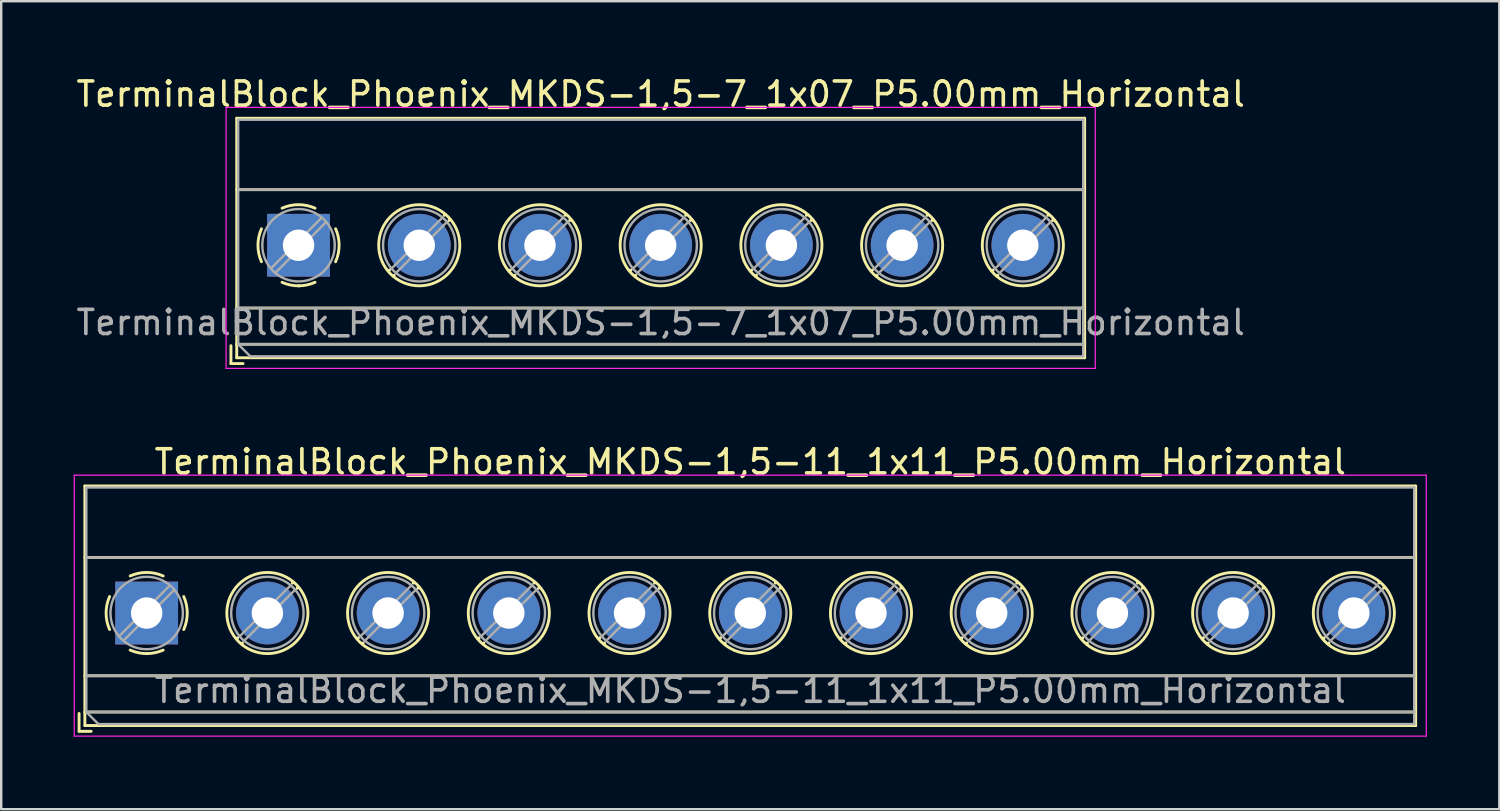
<source format=kicad_pcb>
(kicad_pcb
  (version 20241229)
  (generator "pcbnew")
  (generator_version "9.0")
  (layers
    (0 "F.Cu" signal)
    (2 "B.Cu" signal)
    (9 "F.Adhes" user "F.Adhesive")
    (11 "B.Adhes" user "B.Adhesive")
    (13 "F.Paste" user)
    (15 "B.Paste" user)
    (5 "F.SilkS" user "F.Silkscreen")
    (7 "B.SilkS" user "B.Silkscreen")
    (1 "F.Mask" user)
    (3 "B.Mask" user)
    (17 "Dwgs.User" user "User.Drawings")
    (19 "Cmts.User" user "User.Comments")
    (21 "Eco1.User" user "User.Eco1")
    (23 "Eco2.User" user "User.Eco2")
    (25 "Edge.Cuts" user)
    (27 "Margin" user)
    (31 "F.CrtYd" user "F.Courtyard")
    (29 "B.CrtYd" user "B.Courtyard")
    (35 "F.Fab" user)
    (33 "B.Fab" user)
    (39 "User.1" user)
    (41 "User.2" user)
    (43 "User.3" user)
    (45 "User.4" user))
  (footprint "TerminalBlock_Phoenix_MKDS-1,5-7_1x07_P5.00mm_Horizontal"
    (layer "F.Cu")
    (at 9.315 7.108)
    (property "Reference" "TerminalBlock_Phoenix_MKDS-1,5-7_1x07_P5.00mm_Horizontal" (at 15 -6.26 0) (layer "F.SilkS") (effects (font (size 1 1) (thickness 0.15))))
    (attr through_hole)
    (fp_line (start -2.8 4.16) (end -2.8 4.9) (stroke (width 0.12) (type solid)) (layer "F.SilkS"))
    (fp_line (start -2.8 4.9) (end -2.3 4.9) (stroke (width 0.12) (type solid)) (layer "F.SilkS"))
    (fp_line (start -2.56 -5.261) (end -2.56 4.66) (stroke (width 0.12) (type solid)) (layer "F.SilkS"))
    (fp_line (start -2.56 -5.261) (end 32.56 -5.261) (stroke (width 0.12) (type solid)) (layer "F.SilkS"))
    (fp_line (start -2.56 -2.301) (end 32.56 -2.301) (stroke (width 0.12) (type solid)) (layer "F.SilkS"))
    (fp_line (start -2.56 2.6) (end 32.56 2.6) (stroke (width 0.12) (type solid)) (layer "F.SilkS"))
    (fp_line (start -2.56 4.1) (end 32.56 4.1) (stroke (width 0.12) (type solid)) (layer "F.SilkS"))
    (fp_line (start -2.56 4.66) (end 32.56 4.66) (stroke (width 0.12) (type solid)) (layer "F.SilkS"))
    (fp_line (start 3.773 1.023) (end 3.726 1.069) (stroke (width 0.12) (type solid)) (layer "F.SilkS"))
    (fp_line (start 3.966 1.239) (end 3.931 1.274) (stroke (width 0.12) (type solid)) (layer "F.SilkS"))
    (fp_line (start 6.07 -1.275) (end 6.035 -1.239) (stroke (width 0.12) (type solid)) (layer "F.SilkS"))
    (fp_line (start 6.275 -1.069) (end 6.228 -1.023) (stroke (width 0.12) (type solid)) (layer "F.SilkS"))
    (fp_line (start 8.773 1.023) (end 8.726 1.069) (stroke (width 0.12) (type solid)) (layer "F.SilkS"))
    (fp_line (start 8.966 1.239) (end 8.931 1.274) (stroke (width 0.12) (type solid)) (layer "F.SilkS"))
    (fp_line (start 11.07 -1.275) (end 11.035 -1.239) (stroke (width 0.12) (type solid)) (layer "F.SilkS"))
    (fp_line (start 11.275 -1.069) (end 11.228 -1.023) (stroke (width 0.12) (type solid)) (layer "F.SilkS"))
    (fp_line (start 13.773 1.023) (end 13.726 1.069) (stroke (width 0.12) (type solid)) (layer "F.SilkS"))
    (fp_line (start 13.966 1.239) (end 13.931 1.274) (stroke (width 0.12) (type solid)) (layer "F.SilkS"))
    (fp_line (start 16.07 -1.275) (end 16.035 -1.239) (stroke (width 0.12) (type solid)) (layer "F.SilkS"))
    (fp_line (start 16.275 -1.069) (end 16.228 -1.023) (stroke (width 0.12) (type solid)) (layer "F.SilkS"))
    (fp_line (start 18.773 1.023) (end 18.726 1.069) (stroke (width 0.12) (type solid)) (layer "F.SilkS"))
    (fp_line (start 18.966 1.239) (end 18.931 1.274) (stroke (width 0.12) (type solid)) (layer "F.SilkS"))
    (fp_line (start 21.07 -1.275) (end 21.035 -1.239) (stroke (width 0.12) (type solid)) (layer "F.SilkS"))
    (fp_line (start 21.275 -1.069) (end 21.228 -1.023) (stroke (width 0.12) (type solid)) (layer "F.SilkS"))
    (fp_line (start 23.773 1.023) (end 23.726 1.069) (stroke (width 0.12) (type solid)) (layer "F.SilkS"))
    (fp_line (start 23.966 1.239) (end 23.931 1.274) (stroke (width 0.12) (type solid)) (layer "F.SilkS"))
    (fp_line (start 26.07 -1.275) (end 26.035 -1.239) (stroke (width 0.12) (type solid)) (layer "F.SilkS"))
    (fp_line (start 26.275 -1.069) (end 26.228 -1.023) (stroke (width 0.12) (type solid)) (layer "F.SilkS"))
    (fp_line (start 28.773 1.023) (end 28.726 1.069) (stroke (width 0.12) (type solid)) (layer "F.SilkS"))
    (fp_line (start 28.966 1.239) (end 28.931 1.274) (stroke (width 0.12) (type solid)) (layer "F.SilkS"))
    (fp_line (start 31.07 -1.275) (end 31.035 -1.239) (stroke (width 0.12) (type solid)) (layer "F.SilkS"))
    (fp_line (start 31.275 -1.069) (end 31.228 -1.023) (stroke (width 0.12) (type solid)) (layer "F.SilkS"))
    (fp_line (start 32.56 -5.261) (end 32.56 4.66) (stroke (width 0.12) (type solid)) (layer "F.SilkS"))
    (fp_arc (start -1.535427 0.683042) (mid -1.680501 -0.000524) (end -1.535 -0.684) (stroke (width 0.12) (type solid)) (layer "F.SilkS"))
    (fp_arc (start -0.683042 -1.535427) (mid 0.000524 -1.680501) (end 0.684 -1.535) (stroke (width 0.12) (type solid)) (layer "F.SilkS"))
    (fp_arc (start 0.028805 1.680253) (mid -0.335551 1.646659) (end -0.684 1.535) (stroke (width 0.12) (type solid)) (layer "F.SilkS"))
    (fp_arc (start 0.683318 1.534756) (mid 0.349292 1.643288) (end 0 1.68) (stroke (width 0.12) (type solid)) (layer "F.SilkS"))
    (fp_arc (start 1.535427 -0.683042) (mid 1.680501 0.000524) (end 1.535 0.684) (stroke (width 0.12) (type solid)) (layer "F.SilkS"))
    (fp_circle (center 5 0) (end 6.68 0) (stroke (width 0.12) (type solid)) (fill no) (layer "F.SilkS"))
    (fp_circle (center 10 0) (end 11.68 0) (stroke (width 0.12) (type solid)) (fill no) (layer "F.SilkS"))
    (fp_circle (center 15 0) (end 16.68 0) (stroke (width 0.12) (type solid)) (fill no) (layer "F.SilkS"))
    (fp_circle (center 20 0) (end 21.68 0) (stroke (width 0.12) (type solid)) (fill no) (layer "F.SilkS"))
    (fp_circle (center 25 0) (end 26.68 0) (stroke (width 0.12) (type solid)) (fill no) (layer "F.SilkS"))
    (fp_circle (center 30 0) (end 31.68 0) (stroke (width 0.12) (type solid)) (fill no) (layer "F.SilkS"))
    (fp_line (start -3 -5.71) (end -3 5.1) (stroke (width 0.05) (type solid)) (layer "F.CrtYd"))
    (fp_line (start -3 5.1) (end 33 5.1) (stroke (width 0.05) (type solid)) (layer "F.CrtYd"))
    (fp_line (start 33 -5.71) (end -3 -5.71) (stroke (width 0.05) (type solid)) (layer "F.CrtYd"))
    (fp_line (start 33 5.1) (end 33 -5.71) (stroke (width 0.05) (type solid)) (layer "F.CrtYd"))
    (fp_line (start -2.5 -5.2) (end 32.5 -5.2) (stroke (width 0.1) (type solid)) (layer "F.Fab"))
    (fp_line (start -2.5 -2.3) (end 32.5 -2.3) (stroke (width 0.1) (type solid)) (layer "F.Fab"))
    (fp_line (start -2.5 2.6) (end 32.5 2.6) (stroke (width 0.1) (type solid)) (layer "F.Fab"))
    (fp_line (start -2.5 4.1) (end -2.5 -5.2) (stroke (width 0.1) (type solid)) (layer "F.Fab"))
    (fp_line (start -2.5 4.1) (end 32.5 4.1) (stroke (width 0.1) (type solid)) (layer "F.Fab"))
    (fp_line (start -2 4.6) (end -2.5 4.1) (stroke (width 0.1) (type solid)) (layer "F.Fab"))
    (fp_line (start 0.955 -1.138) (end -1.138 0.955) (stroke (width 0.1) (type solid)) (layer "F.Fab"))
    (fp_line (start 1.138 -0.955) (end -0.955 1.138) (stroke (width 0.1) (type solid)) (layer "F.Fab"))
    (fp_line (start 5.955 -1.138) (end 3.863 0.955) (stroke (width 0.1) (type solid)) (layer "F.Fab"))
    (fp_line (start 6.138 -0.955) (end 4.046 1.138) (stroke (width 0.1) (type solid)) (layer "F.Fab"))
    (fp_line (start 10.955 -1.138) (end 8.863 0.955) (stroke (width 0.1) (type solid)) (layer "F.Fab"))
    (fp_line (start 11.138 -0.955) (end 9.046 1.138) (stroke (width 0.1) (type solid)) (layer "F.Fab"))
    (fp_line (start 15.955 -1.138) (end 13.863 0.955) (stroke (width 0.1) (type solid)) (layer "F.Fab"))
    (fp_line (start 16.138 -0.955) (end 14.046 1.138) (stroke (width 0.1) (type solid)) (layer "F.Fab"))
    (fp_line (start 20.955 -1.138) (end 18.863 0.955) (stroke (width 0.1) (type solid)) (layer "F.Fab"))
    (fp_line (start 21.138 -0.955) (end 19.046 1.138) (stroke (width 0.1) (type solid)) (layer "F.Fab"))
    (fp_line (start 25.955 -1.138) (end 23.863 0.955) (stroke (width 0.1) (type solid)) (layer "F.Fab"))
    (fp_line (start 26.138 -0.955) (end 24.046 1.138) (stroke (width 0.1) (type solid)) (layer "F.Fab"))
    (fp_line (start 30.955 -1.138) (end 28.863 0.955) (stroke (width 0.1) (type solid)) (layer "F.Fab"))
    (fp_line (start 31.138 -0.955) (end 29.046 1.138) (stroke (width 0.1) (type solid)) (layer "F.Fab"))
    (fp_line (start 32.5 -5.2) (end 32.5 4.6) (stroke (width 0.1) (type solid)) (layer "F.Fab"))
    (fp_line (start 32.5 4.6) (end -2 4.6) (stroke (width 0.1) (type solid)) (layer "F.Fab"))
    (fp_circle (center 0 0) (end 1.5 0) (stroke (width 0.1) (type solid)) (fill no) (layer "F.Fab"))
    (fp_circle (center 5 0) (end 6.5 0) (stroke (width 0.1) (type solid)) (fill no) (layer "F.Fab"))
    (fp_circle (center 10 0) (end 11.5 0) (stroke (width 0.1) (type solid)) (fill no) (layer "F.Fab"))
    (fp_circle (center 15 0) (end 16.5 0) (stroke (width 0.1) (type solid)) (fill no) (layer "F.Fab"))
    (fp_circle (center 20 0) (end 21.5 0) (stroke (width 0.1) (type solid)) (fill no) (layer "F.Fab"))
    (fp_circle (center 25 0) (end 26.5 0) (stroke (width 0.1) (type solid)) (fill no) (layer "F.Fab"))
    (fp_circle (center 30 0) (end 31.5 0) (stroke (width 0.1) (type solid)) (fill no) (layer "F.Fab"))
    (fp_text user "${REFERENCE}" (at 15 3.2 0) (layer "F.Fab") (effects (font (size 1 1) (thickness 0.15))))
    (pad "1" thru_hole rect (at 0 0) (size 2.6 2.6) (drill 1.3) (layers "*.Cu" "*.Mask"))
    (pad "2" thru_hole circle (at 5 0) (size 2.6 2.6) (drill 1.3) (layers "*.Cu" "*.Mask"))
    (pad "3" thru_hole circle (at 10 0) (size 2.6 2.6) (drill 1.3) (layers "*.Cu" "*.Mask"))
    (pad "4" thru_hole circle (at 15 0) (size 2.6 2.6) (drill 1.3) (layers "*.Cu" "*.Mask"))
    (pad "5" thru_hole circle (at 20 0) (size 2.6 2.6) (drill 1.3) (layers "*.Cu" "*.Mask"))
    (pad "6" thru_hole circle (at 25 0) (size 2.6 2.6) (drill 1.3) (layers "*.Cu" "*.Mask"))
    (pad "7" thru_hole circle (at 30 0) (size 2.6 2.6) (drill 1.3) (layers "*.Cu" "*.Mask")))
  (footprint "TerminalBlock_Phoenix_MKDS-1,5-11_1x11_P5.00mm_Horizontal"
    (layer "F.Cu")
    (at 3.025 22.341)
    (property "Reference" "TerminalBlock_Phoenix_MKDS-1,5-11_1x11_P5.00mm_Horizontal" (at 25 -6.26 0) (layer "F.SilkS") (effects (font (size 1 1) (thickness 0.15))))
    (attr through_hole)
    (fp_line (start -2.8 4.16) (end -2.8 4.9) (stroke (width 0.12) (type solid)) (layer "F.SilkS"))
    (fp_line (start -2.8 4.9) (end -2.3 4.9) (stroke (width 0.12) (type solid)) (layer "F.SilkS"))
    (fp_line (start -2.56 -5.261) (end -2.56 4.66) (stroke (width 0.12) (type solid)) (layer "F.SilkS"))
    (fp_line (start -2.56 -5.261) (end 52.56 -5.261) (stroke (width 0.12) (type solid)) (layer "F.SilkS"))
    (fp_line (start -2.56 -2.301) (end 52.56 -2.301) (stroke (width 0.12) (type solid)) (layer "F.SilkS"))
    (fp_line (start -2.56 2.6) (end 52.56 2.6) (stroke (width 0.12) (type solid)) (layer "F.SilkS"))
    (fp_line (start -2.56 4.1) (end 52.56 4.1) (stroke (width 0.12) (type solid)) (layer "F.SilkS"))
    (fp_line (start -2.56 4.66) (end 52.56 4.66) (stroke (width 0.12) (type solid)) (layer "F.SilkS"))
    (fp_line (start 3.773 1.023) (end 3.726 1.069) (stroke (width 0.12) (type solid)) (layer "F.SilkS"))
    (fp_line (start 3.966 1.239) (end 3.931 1.274) (stroke (width 0.12) (type solid)) (layer "F.SilkS"))
    (fp_line (start 6.07 -1.275) (end 6.035 -1.239) (stroke (width 0.12) (type solid)) (layer "F.SilkS"))
    (fp_line (start 6.275 -1.069) (end 6.228 -1.023) (stroke (width 0.12) (type solid)) (layer "F.SilkS"))
    (fp_line (start 8.773 1.023) (end 8.726 1.069) (stroke (width 0.12) (type solid)) (layer "F.SilkS"))
    (fp_line (start 8.966 1.239) (end 8.931 1.274) (stroke (width 0.12) (type solid)) (layer "F.SilkS"))
    (fp_line (start 11.07 -1.275) (end 11.035 -1.239) (stroke (width 0.12) (type solid)) (layer "F.SilkS"))
    (fp_line (start 11.275 -1.069) (end 11.228 -1.023) (stroke (width 0.12) (type solid)) (layer "F.SilkS"))
    (fp_line (start 13.773 1.023) (end 13.726 1.069) (stroke (width 0.12) (type solid)) (layer "F.SilkS"))
    (fp_line (start 13.966 1.239) (end 13.931 1.274) (stroke (width 0.12) (type solid)) (layer "F.SilkS"))
    (fp_line (start 16.07 -1.275) (end 16.035 -1.239) (stroke (width 0.12) (type solid)) (layer "F.SilkS"))
    (fp_line (start 16.275 -1.069) (end 16.228 -1.023) (stroke (width 0.12) (type solid)) (layer "F.SilkS"))
    (fp_line (start 18.773 1.023) (end 18.726 1.069) (stroke (width 0.12) (type solid)) (layer "F.SilkS"))
    (fp_line (start 18.966 1.239) (end 18.931 1.274) (stroke (width 0.12) (type solid)) (layer "F.SilkS"))
    (fp_line (start 21.07 -1.275) (end 21.035 -1.239) (stroke (width 0.12) (type solid)) (layer "F.SilkS"))
    (fp_line (start 21.275 -1.069) (end 21.228 -1.023) (stroke (width 0.12) (type solid)) (layer "F.SilkS"))
    (fp_line (start 23.773 1.023) (end 23.726 1.069) (stroke (width 0.12) (type solid)) (layer "F.SilkS"))
    (fp_line (start 23.966 1.239) (end 23.931 1.274) (stroke (width 0.12) (type solid)) (layer "F.SilkS"))
    (fp_line (start 26.07 -1.275) (end 26.035 -1.239) (stroke (width 0.12) (type solid)) (layer "F.SilkS"))
    (fp_line (start 26.275 -1.069) (end 26.228 -1.023) (stroke (width 0.12) (type solid)) (layer "F.SilkS"))
    (fp_line (start 28.773 1.023) (end 28.726 1.069) (stroke (width 0.12) (type solid)) (layer "F.SilkS"))
    (fp_line (start 28.966 1.239) (end 28.931 1.274) (stroke (width 0.12) (type solid)) (layer "F.SilkS"))
    (fp_line (start 31.07 -1.275) (end 31.035 -1.239) (stroke (width 0.12) (type solid)) (layer "F.SilkS"))
    (fp_line (start 31.275 -1.069) (end 31.228 -1.023) (stroke (width 0.12) (type solid)) (layer "F.SilkS"))
    (fp_line (start 33.773 1.023) (end 33.726 1.069) (stroke (width 0.12) (type solid)) (layer "F.SilkS"))
    (fp_line (start 33.966 1.239) (end 33.931 1.274) (stroke (width 0.12) (type solid)) (layer "F.SilkS"))
    (fp_line (start 36.07 -1.275) (end 36.035 -1.239) (stroke (width 0.12) (type solid)) (layer "F.SilkS"))
    (fp_line (start 36.275 -1.069) (end 36.228 -1.023) (stroke (width 0.12) (type solid)) (layer "F.SilkS"))
    (fp_line (start 38.773 1.023) (end 38.726 1.069) (stroke (width 0.12) (type solid)) (layer "F.SilkS"))
    (fp_line (start 38.966 1.239) (end 38.931 1.274) (stroke (width 0.12) (type solid)) (layer "F.SilkS"))
    (fp_line (start 41.07 -1.275) (end 41.035 -1.239) (stroke (width 0.12) (type solid)) (layer "F.SilkS"))
    (fp_line (start 41.275 -1.069) (end 41.228 -1.023) (stroke (width 0.12) (type solid)) (layer "F.SilkS"))
    (fp_line (start 43.773 1.023) (end 43.726 1.069) (stroke (width 0.12) (type solid)) (layer "F.SilkS"))
    (fp_line (start 43.966 1.239) (end 43.931 1.274) (stroke (width 0.12) (type solid)) (layer "F.SilkS"))
    (fp_line (start 46.07 -1.275) (end 46.035 -1.239) (stroke (width 0.12) (type solid)) (layer "F.SilkS"))
    (fp_line (start 46.275 -1.069) (end 46.228 -1.023) (stroke (width 0.12) (type solid)) (layer "F.SilkS"))
    (fp_line (start 48.773 1.023) (end 48.726 1.069) (stroke (width 0.12) (type solid)) (layer "F.SilkS"))
    (fp_line (start 48.966 1.239) (end 48.931 1.274) (stroke (width 0.12) (type solid)) (layer "F.SilkS"))
    (fp_line (start 51.07 -1.275) (end 51.035 -1.239) (stroke (width 0.12) (type solid)) (layer "F.SilkS"))
    (fp_line (start 51.275 -1.069) (end 51.228 -1.023) (stroke (width 0.12) (type solid)) (layer "F.SilkS"))
    (fp_line (start 52.56 -5.261) (end 52.56 4.66) (stroke (width 0.12) (type solid)) (layer "F.SilkS"))
    (fp_arc (start -1.535427 0.683042) (mid -1.680501 -0.000524) (end -1.535 -0.684) (stroke (width 0.12) (type solid)) (layer "F.SilkS"))
    (fp_arc (start -0.683042 -1.535427) (mid 0.000524 -1.680501) (end 0.684 -1.535) (stroke (width 0.12) (type solid)) (layer "F.SilkS"))
    (fp_arc (start 0.028805 1.680253) (mid -0.335551 1.646659) (end -0.684 1.535) (stroke (width 0.12) (type solid)) (layer "F.SilkS"))
    (fp_arc (start 0.683318 1.534756) (mid 0.349292 1.643288) (end 0 1.68) (stroke (width 0.12) (type solid)) (layer "F.SilkS"))
    (fp_arc (start 1.535427 -0.683042) (mid 1.680501 0.000524) (end 1.535 0.684) (stroke (width 0.12) (type solid)) (layer "F.SilkS"))
    (fp_circle (center 5 0) (end 6.68 0) (stroke (width 0.12) (type solid)) (fill no) (layer "F.SilkS"))
    (fp_circle (center 10 0) (end 11.68 0) (stroke (width 0.12) (type solid)) (fill no) (layer "F.SilkS"))
    (fp_circle (center 15 0) (end 16.68 0) (stroke (width 0.12) (type solid)) (fill no) (layer "F.SilkS"))
    (fp_circle (center 20 0) (end 21.68 0) (stroke (width 0.12) (type solid)) (fill no) (layer "F.SilkS"))
    (fp_circle (center 25 0) (end 26.68 0) (stroke (width 0.12) (type solid)) (fill no) (layer "F.SilkS"))
    (fp_circle (center 30 0) (end 31.68 0) (stroke (width 0.12) (type solid)) (fill no) (layer "F.SilkS"))
    (fp_circle (center 35 0) (end 36.68 0) (stroke (width 0.12) (type solid)) (fill no) (layer "F.SilkS"))
    (fp_circle (center 40 0) (end 41.68 0) (stroke (width 0.12) (type solid)) (fill no) (layer "F.SilkS"))
    (fp_circle (center 45 0) (end 46.68 0) (stroke (width 0.12) (type solid)) (fill no) (layer "F.SilkS"))
    (fp_circle (center 50 0) (end 51.68 0) (stroke (width 0.12) (type solid)) (fill no) (layer "F.SilkS"))
    (fp_line (start -3 -5.71) (end -3 5.1) (stroke (width 0.05) (type solid)) (layer "F.CrtYd"))
    (fp_line (start -3 5.1) (end 53 5.1) (stroke (width 0.05) (type solid)) (layer "F.CrtYd"))
    (fp_line (start 53 -5.71) (end -3 -5.71) (stroke (width 0.05) (type solid)) (layer "F.CrtYd"))
    (fp_line (start 53 5.1) (end 53 -5.71) (stroke (width 0.05) (type solid)) (layer "F.CrtYd"))
    (fp_line (start -2.5 -5.2) (end 52.5 -5.2) (stroke (width 0.1) (type solid)) (layer "F.Fab"))
    (fp_line (start -2.5 -2.3) (end 52.5 -2.3) (stroke (width 0.1) (type solid)) (layer "F.Fab"))
    (fp_line (start -2.5 2.6) (end 52.5 2.6) (stroke (width 0.1) (type solid)) (layer "F.Fab"))
    (fp_line (start -2.5 4.1) (end -2.5 -5.2) (stroke (width 0.1) (type solid)) (layer "F.Fab"))
    (fp_line (start -2.5 4.1) (end 52.5 4.1) (stroke (width 0.1) (type solid)) (layer "F.Fab"))
    (fp_line (start -2 4.6) (end -2.5 4.1) (stroke (width 0.1) (type solid)) (layer "F.Fab"))
    (fp_line (start 0.955 -1.138) (end -1.138 0.955) (stroke (width 0.1) (type solid)) (layer "F.Fab"))
    (fp_line (start 1.138 -0.955) (end -0.955 1.138) (stroke (width 0.1) (type solid)) (layer "F.Fab"))
    (fp_line (start 5.955 -1.138) (end 3.863 0.955) (stroke (width 0.1) (type solid)) (layer "F.Fab"))
    (fp_line (start 6.138 -0.955) (end 4.046 1.138) (stroke (width 0.1) (type solid)) (layer "F.Fab"))
    (fp_line (start 10.955 -1.138) (end 8.863 0.955) (stroke (width 0.1) (type solid)) (layer "F.Fab"))
    (fp_line (start 11.138 -0.955) (end 9.046 1.138) (stroke (width 0.1) (type solid)) (layer "F.Fab"))
    (fp_line (start 15.955 -1.138) (end 13.863 0.955) (stroke (width 0.1) (type solid)) (layer "F.Fab"))
    (fp_line (start 16.138 -0.955) (end 14.046 1.138) (stroke (width 0.1) (type solid)) (layer "F.Fab"))
    (fp_line (start 20.955 -1.138) (end 18.863 0.955) (stroke (width 0.1) (type solid)) (layer "F.Fab"))
    (fp_line (start 21.138 -0.955) (end 19.046 1.138) (stroke (width 0.1) (type solid)) (layer "F.Fab"))
    (fp_line (start 25.955 -1.138) (end 23.863 0.955) (stroke (width 0.1) (type solid)) (layer "F.Fab"))
    (fp_line (start 26.138 -0.955) (end 24.046 1.138) (stroke (width 0.1) (type solid)) (layer "F.Fab"))
    (fp_line (start 30.955 -1.138) (end 28.863 0.955) (stroke (width 0.1) (type solid)) (layer "F.Fab"))
    (fp_line (start 31.138 -0.955) (end 29.046 1.138) (stroke (width 0.1) (type solid)) (layer "F.Fab"))
    (fp_line (start 35.955 -1.138) (end 33.863 0.955) (stroke (width 0.1) (type solid)) (layer "F.Fab"))
    (fp_line (start 36.138 -0.955) (end 34.046 1.138) (stroke (width 0.1) (type solid)) (layer "F.Fab"))
    (fp_line (start 40.955 -1.138) (end 38.863 0.955) (stroke (width 0.1) (type solid)) (layer "F.Fab"))
    (fp_line (start 41.138 -0.955) (end 39.046 1.138) (stroke (width 0.1) (type solid)) (layer "F.Fab"))
    (fp_line (start 45.955 -1.138) (end 43.863 0.955) (stroke (width 0.1) (type solid)) (layer "F.Fab"))
    (fp_line (start 46.138 -0.955) (end 44.046 1.138) (stroke (width 0.1) (type solid)) (layer "F.Fab"))
    (fp_line (start 50.955 -1.138) (end 48.863 0.955) (stroke (width 0.1) (type solid)) (layer "F.Fab"))
    (fp_line (start 51.138 -0.955) (end 49.046 1.138) (stroke (width 0.1) (type solid)) (layer "F.Fab"))
    (fp_line (start 52.5 -5.2) (end 52.5 4.6) (stroke (width 0.1) (type solid)) (layer "F.Fab"))
    (fp_line (start 52.5 4.6) (end -2 4.6) (stroke (width 0.1) (type solid)) (layer "F.Fab"))
    (fp_circle (center 0 0) (end 1.5 0) (stroke (width 0.1) (type solid)) (fill no) (layer "F.Fab"))
    (fp_circle (center 5 0) (end 6.5 0) (stroke (width 0.1) (type solid)) (fill no) (layer "F.Fab"))
    (fp_circle (center 10 0) (end 11.5 0) (stroke (width 0.1) (type solid)) (fill no) (layer "F.Fab"))
    (fp_circle (center 15 0) (end 16.5 0) (stroke (width 0.1) (type solid)) (fill no) (layer "F.Fab"))
    (fp_circle (center 20 0) (end 21.5 0) (stroke (width 0.1) (type solid)) (fill no) (layer "F.Fab"))
    (fp_circle (center 25 0) (end 26.5 0) (stroke (width 0.1) (type solid)) (fill no) (layer "F.Fab"))
    (fp_circle (center 30 0) (end 31.5 0) (stroke (width 0.1) (type solid)) (fill no) (layer "F.Fab"))
    (fp_circle (center 35 0) (end 36.5 0) (stroke (width 0.1) (type solid)) (fill no) (layer "F.Fab"))
    (fp_circle (center 40 0) (end 41.5 0) (stroke (width 0.1) (type solid)) (fill no) (layer "F.Fab"))
    (fp_circle (center 45 0) (end 46.5 0) (stroke (width 0.1) (type solid)) (fill no) (layer "F.Fab"))
    (fp_circle (center 50 0) (end 51.5 0) (stroke (width 0.1) (type solid)) (fill no) (layer "F.Fab"))
    (fp_text user "${REFERENCE}" (at 25 3.2 0) (layer "F.Fab") (effects (font (size 1 1) (thickness 0.15))))
    (pad "1" thru_hole rect (at 0 0) (size 2.6 2.6) (drill 1.3) (layers "*.Cu" "*.Mask"))
    (pad "2" thru_hole circle (at 5 0) (size 2.6 2.6) (drill 1.3) (layers "*.Cu" "*.Mask"))
    (pad "3" thru_hole circle (at 10 0) (size 2.6 2.6) (drill 1.3) (layers "*.Cu" "*.Mask"))
    (pad "4" thru_hole circle (at 15 0) (size 2.6 2.6) (drill 1.3) (layers "*.Cu" "*.Mask"))
    (pad "5" thru_hole circle (at 20 0) (size 2.6 2.6) (drill 1.3) (layers "*.Cu" "*.Mask"))
    (pad "6" thru_hole circle (at 25 0) (size 2.6 2.6) (drill 1.3) (layers "*.Cu" "*.Mask"))
    (pad "7" thru_hole circle (at 30 0) (size 2.6 2.6) (drill 1.3) (layers "*.Cu" "*.Mask"))
    (pad "8" thru_hole circle (at 35 0) (size 2.6 2.6) (drill 1.3) (layers "*.Cu" "*.Mask"))
    (pad "9" thru_hole circle (at 40 0) (size 2.6 2.6) (drill 1.3) (layers "*.Cu" "*.Mask"))
    (pad "10" thru_hole circle (at 45 0) (size 2.6 2.6) (drill 1.3) (layers "*.Cu" "*.Mask"))
    (pad "11" thru_hole circle (at 50 0) (size 2.6 2.6) (drill 1.3) (layers "*.Cu" "*.Mask")))
  (gr_rect
    (start -3 -3)
    (end 59.05 30.466)
    (stroke (width 0.1) (type default))
    (fill no)
    (layer "Edge.Cuts")))
</source>
